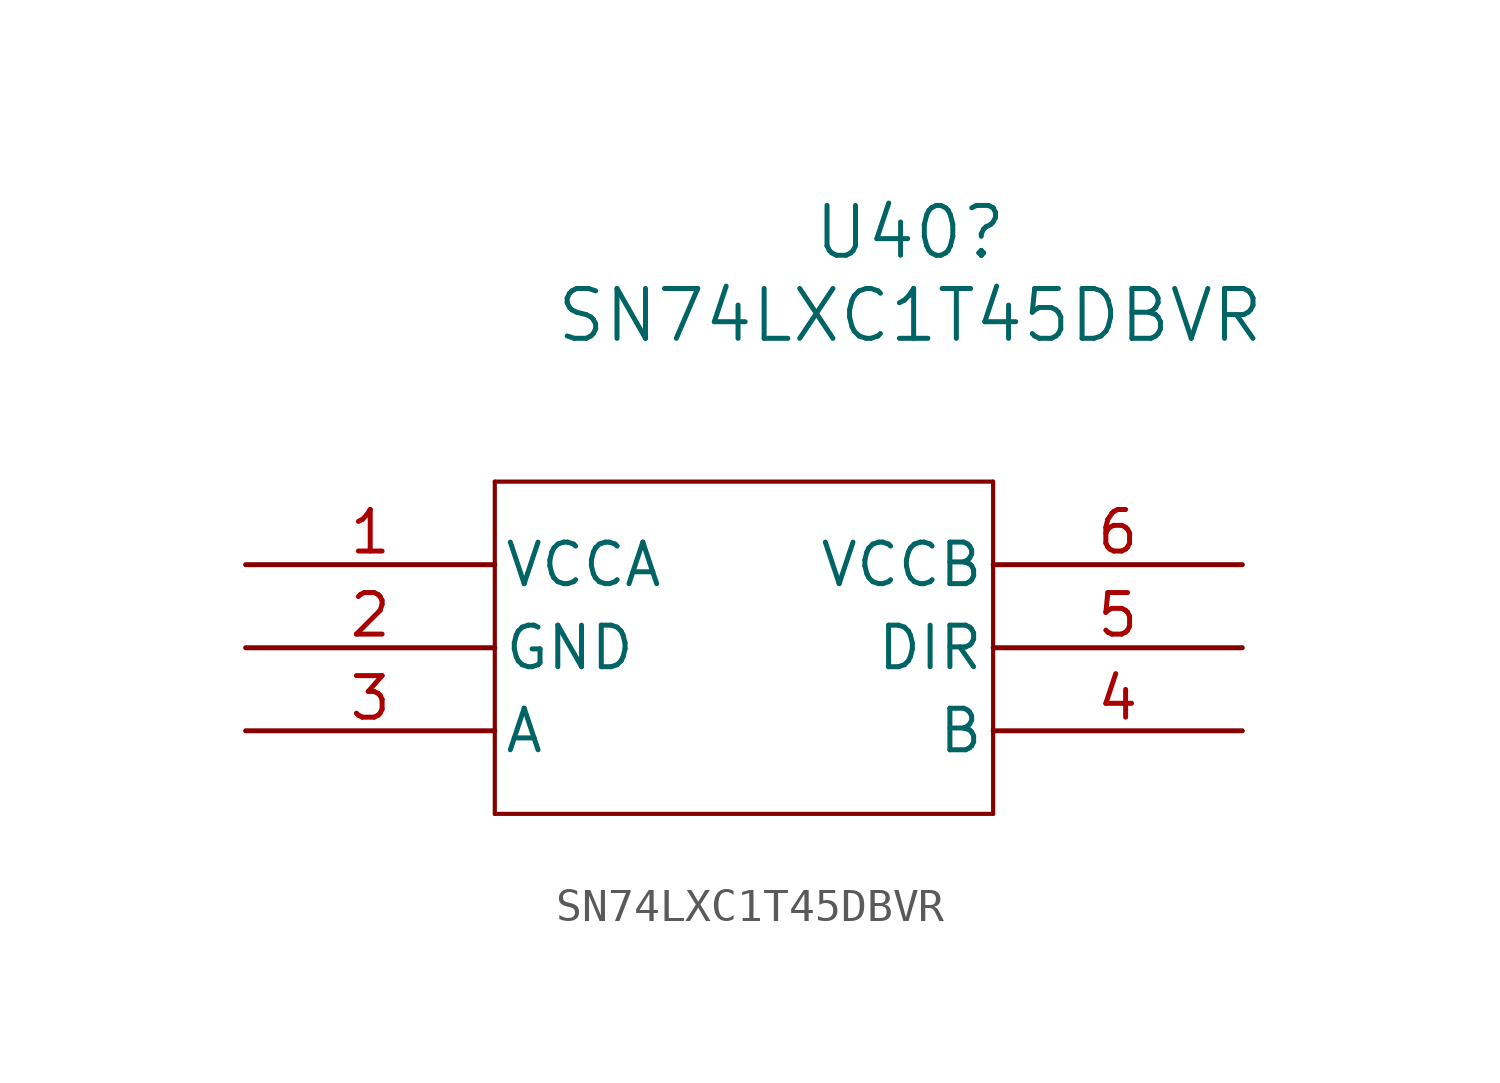
<source format=kicad_sym>
(kicad_symbol_lib
  (version 20231120)
  (generator "kicad_symbol_editor")
  (generator_version "8.0")
  (symbol "SN74LXC1T45DBVR"
    (pin_names
      (offset 0.254))
    (property "Reference" "U40"
      (at 20.32 10.16 0)
      (effects (font (size 1.524 1.524))))
    (property "Value" "SN74LXC1T45DBVR"
      (at 20.32 7.62 0)
      (effects (font (size 1.524 1.524))))
    (property "ki_locked" ""
      (at 0 0 0)
      (effects (font (size 1.27 1.27))))
    (symbol "SN74LXC1T45DBVR_0_1"
      (polyline (pts (xy 7.62 -7.62) (xy 22.86 -7.62)) (stroke (width 0.127) (type default)) (fill (type none)))
      (polyline (pts (xy 7.62 2.54) (xy 7.62 -7.62)) (stroke (width 0.127) (type default)) (fill (type none)))
      (polyline (pts (xy 22.86 -7.62) (xy 22.86 2.54)) (stroke (width 0.127) (type default)) (fill (type none)))
      (polyline (pts (xy 22.86 2.54) (xy 7.62 2.54)) (stroke (width 0.127) (type default)) (fill (type none)))
      (pin power_in line (at 0 0 0) (length 7.62) (name "VCCA" (effects (font (size 1.27 1.27)))) (number "1" (effects (font (size 1.27 1.27)))))
      (pin power_out line (at 0 -2.54 0) (length 7.62) (name "GND" (effects (font (size 1.27 1.27)))) (number "2" (effects (font (size 1.27 1.27)))))
      (pin bidirectional line (at 0 -5.08 0) (length 7.62) (name "A" (effects (font (size 1.27 1.27)))) (number "3" (effects (font (size 1.27 1.27)))))
      (pin bidirectional line (at 30.48 -5.08 180) (length 7.62) (name "B" (effects (font (size 1.27 1.27)))) (number "4" (effects (font (size 1.27 1.27)))))
      (pin input line (at 30.48 -2.54 180) (length 7.62) (name "DIR" (effects (font (size 1.27 1.27)))) (number "5" (effects (font (size 1.27 1.27)))))
      (pin power_in line (at 30.48 0 180) (length 7.62) (name "VCCB" (effects (font (size 1.27 1.27)))) (number "6" (effects (font (size 1.27 1.27))))))))
</source>
